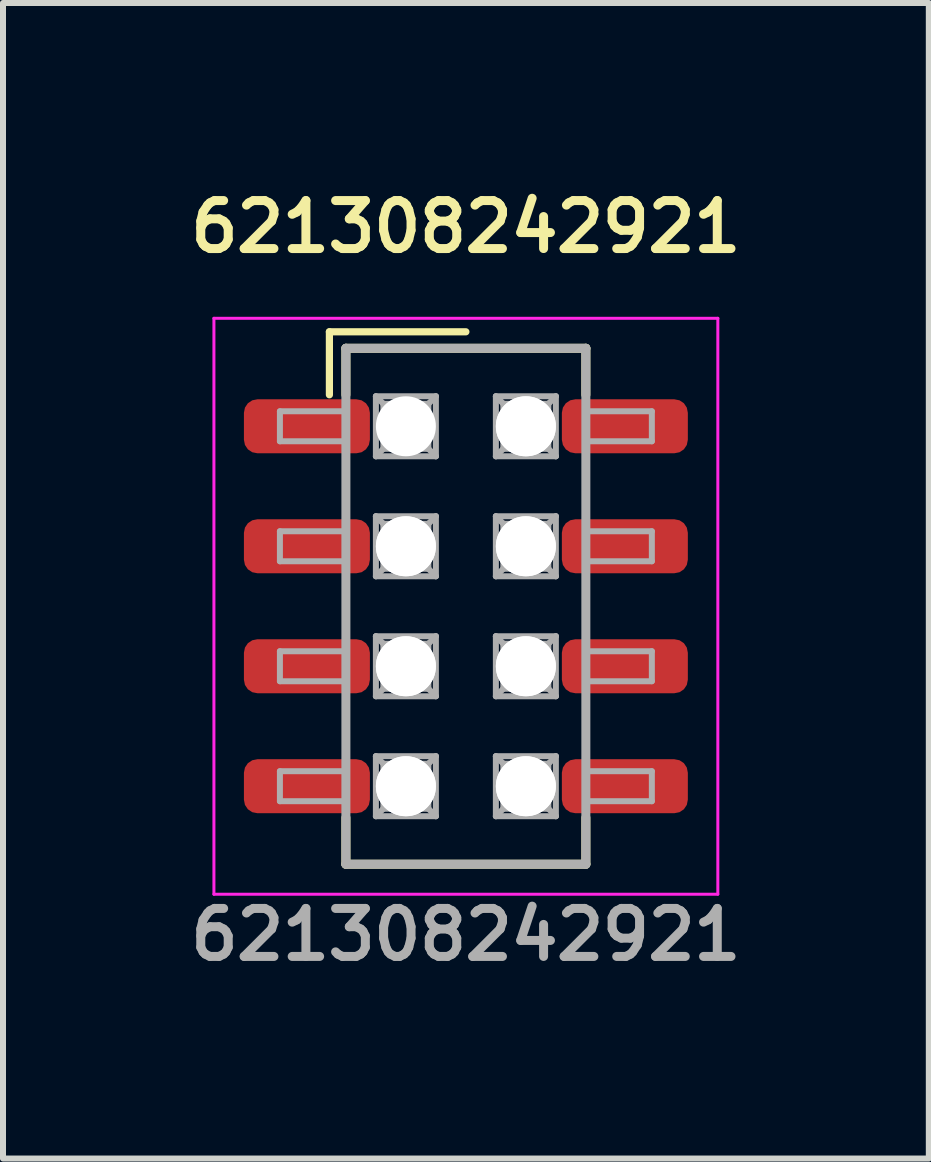
<source format=kicad_pcb>
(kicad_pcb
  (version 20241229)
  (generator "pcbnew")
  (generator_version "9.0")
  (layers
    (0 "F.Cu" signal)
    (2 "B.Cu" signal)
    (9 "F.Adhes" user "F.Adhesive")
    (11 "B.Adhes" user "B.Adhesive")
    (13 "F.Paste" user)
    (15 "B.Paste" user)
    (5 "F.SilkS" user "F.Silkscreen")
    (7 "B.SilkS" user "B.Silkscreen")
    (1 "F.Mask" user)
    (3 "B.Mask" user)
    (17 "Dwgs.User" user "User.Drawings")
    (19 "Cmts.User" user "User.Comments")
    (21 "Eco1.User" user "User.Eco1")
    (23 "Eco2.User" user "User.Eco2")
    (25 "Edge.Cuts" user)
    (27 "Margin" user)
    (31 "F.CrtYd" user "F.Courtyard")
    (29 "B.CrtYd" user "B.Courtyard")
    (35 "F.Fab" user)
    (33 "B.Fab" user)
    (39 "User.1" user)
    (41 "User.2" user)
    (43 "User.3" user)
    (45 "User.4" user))
  (footprint "621308242921"
    (layer "F.Cu")
    (at 4.716 7.056)
    (property "Reference" "621308242921" (at 0 -6.325 0) (unlocked yes) (layer "F.SilkS") (effects (font (size 0.8 0.8) (thickness 0.15))))
    (attr smd)
    (fp_line (start -2.275 -4.575) (end 0 -4.575) (stroke (width 0.12) (type solid)) (layer "F.SilkS"))
    (fp_line (start -2.275 -3.525) (end -2.275 -4.575) (stroke (width 0.12) (type solid)) (layer "F.SilkS"))
    (fp_line (start -2 -4.3) (end 2 -4.3) (stroke (width 0.15) (type solid)) (layer "F.SilkS"))
    (fp_line (start -2 -3.525) (end -2 -4.3) (stroke (width 0.15) (type solid)) (layer "F.SilkS"))
    (fp_line (start -2 3.525) (end -2 4.3) (stroke (width 0.15) (type solid)) (layer "F.SilkS"))
    (fp_line (start -2 4.3) (end 2 4.3) (stroke (width 0.15) (type solid)) (layer "F.SilkS"))
    (fp_line (start 2 -4.3) (end 2 -3.525) (stroke (width 0.15) (type solid)) (layer "F.SilkS"))
    (fp_line (start 2 4.3) (end 2 3.525) (stroke (width 0.15) (type solid)) (layer "F.SilkS"))
    (fp_line (start -4.2 -4.8) (end -4.2 4.8) (stroke (width 0.05) (type solid)) (layer "F.CrtYd"))
    (fp_line (start -4.2 -4.8) (end 4.2 -4.8) (stroke (width 0.05) (type solid)) (layer "F.CrtYd"))
    (fp_line (start -4.2 4.8) (end 4.2 4.8) (stroke (width 0.05) (type solid)) (layer "F.CrtYd"))
    (fp_line (start 4.2 4.8) (end 4.2 -4.8) (stroke (width 0.05) (type solid)) (layer "F.CrtYd"))
    (fp_line (start -3.1 -3.25) (end -3.1 -2.75) (stroke (width 0.1) (type solid)) (layer "F.Fab"))
    (fp_line (start -3.1 -2.75) (end -2 -2.75) (stroke (width 0.1) (type solid)) (layer "F.Fab"))
    (fp_line (start -3.1 -1.25) (end -3.1 -0.75) (stroke (width 0.1) (type solid)) (layer "F.Fab"))
    (fp_line (start -3.1 -0.75) (end -2 -0.75) (stroke (width 0.1) (type solid)) (layer "F.Fab"))
    (fp_line (start -3.1 0.75) (end -3.1 1.25) (stroke (width 0.1) (type solid)) (layer "F.Fab"))
    (fp_line (start -3.1 1.25) (end -2 1.25) (stroke (width 0.1) (type solid)) (layer "F.Fab"))
    (fp_line (start -3.1 2.75) (end -3.1 3.25) (stroke (width 0.1) (type solid)) (layer "F.Fab"))
    (fp_line (start -3.1 3.25) (end -2 3.25) (stroke (width 0.1) (type solid)) (layer "F.Fab"))
    (fp_line (start -2 -4.3) (end 2 -4.3) (stroke (width 0.15) (type solid)) (layer "F.Fab"))
    (fp_line (start -2 -3.25) (end -3.1 -3.25) (stroke (width 0.1) (type solid)) (layer "F.Fab"))
    (fp_line (start -2 -1.25) (end -3.1 -1.25) (stroke (width 0.1) (type solid)) (layer "F.Fab"))
    (fp_line (start -2 0.75) (end -3.1 0.75) (stroke (width 0.1) (type solid)) (layer "F.Fab"))
    (fp_line (start -2 2.75) (end -3.1 2.75) (stroke (width 0.1) (type solid)) (layer "F.Fab"))
    (fp_line (start -2 4.3) (end -2 -4.3) (stroke (width 0.15) (type solid)) (layer "F.Fab"))
    (fp_line (start -1.5 -3.5) (end -0.5 -3.5) (stroke (width 0.1) (type solid)) (layer "F.Fab"))
    (fp_line (start -1.5 -2.5) (end -1.5 -3.5) (stroke (width 0.1) (type solid)) (layer "F.Fab"))
    (fp_line (start -1.5 -1.5) (end -0.5 -1.5) (stroke (width 0.1) (type solid)) (layer "F.Fab"))
    (fp_line (start -1.5 -0.5) (end -1.5 -1.5) (stroke (width 0.1) (type solid)) (layer "F.Fab"))
    (fp_line (start -1.5 0.5) (end -0.5 0.5) (stroke (width 0.1) (type solid)) (layer "F.Fab"))
    (fp_line (start -1.5 1.5) (end -1.5 0.5) (stroke (width 0.1) (type solid)) (layer "F.Fab"))
    (fp_line (start -1.5 2.5) (end -0.5 2.5) (stroke (width 0.1) (type solid)) (layer "F.Fab"))
    (fp_line (start -1.5 3.5) (end -1.5 2.5) (stroke (width 0.1) (type solid)) (layer "F.Fab"))
    (fp_line (start -1.375 -3.375) (end -1.5 -3.5) (stroke (width 0.1) (type solid)) (layer "F.Fab"))
    (fp_line (start -1.375 -3.375) (end -0.625 -3.375) (stroke (width 0.1) (type solid)) (layer "F.Fab"))
    (fp_line (start -1.375 -2.625) (end -1.5 -2.5) (stroke (width 0.1) (type solid)) (layer "F.Fab"))
    (fp_line (start -1.375 -2.625) (end -1.375 -3.375) (stroke (width 0.1) (type solid)) (layer "F.Fab"))
    (fp_line (start -1.375 -1.375) (end -1.5 -1.5) (stroke (width 0.1) (type solid)) (layer "F.Fab"))
    (fp_line (start -1.375 -1.375) (end -0.625 -1.375) (stroke (width 0.1) (type solid)) (layer "F.Fab"))
    (fp_line (start -1.375 -0.625) (end -1.5 -0.5) (stroke (width 0.1) (type solid)) (layer "F.Fab"))
    (fp_line (start -1.375 -0.625) (end -1.375 -1.375) (stroke (width 0.1) (type solid)) (layer "F.Fab"))
    (fp_line (start -1.375 0.625) (end -1.5 0.5) (stroke (width 0.1) (type solid)) (layer "F.Fab"))
    (fp_line (start -1.375 0.625) (end -0.625 0.625) (stroke (width 0.1) (type solid)) (layer "F.Fab"))
    (fp_line (start -1.375 1.375) (end -1.5 1.5) (stroke (width 0.1) (type solid)) (layer "F.Fab"))
    (fp_line (start -1.375 1.375) (end -1.375 0.625) (stroke (width 0.1) (type solid)) (layer "F.Fab"))
    (fp_line (start -1.375 2.625) (end -1.5 2.5) (stroke (width 0.1) (type solid)) (layer "F.Fab"))
    (fp_line (start -1.375 2.625) (end -0.625 2.625) (stroke (width 0.1) (type solid)) (layer "F.Fab"))
    (fp_line (start -1.375 3.375) (end -1.5 3.5) (stroke (width 0.1) (type solid)) (layer "F.Fab"))
    (fp_line (start -1.375 3.375) (end -1.375 2.625) (stroke (width 0.1) (type solid)) (layer "F.Fab"))
    (fp_line (start -0.625 -3.375) (end -0.625 -2.625) (stroke (width 0.1) (type solid)) (layer "F.Fab"))
    (fp_line (start -0.625 -3.375) (end -0.5 -3.5) (stroke (width 0.1) (type solid)) (layer "F.Fab"))
    (fp_line (start -0.625 -2.625) (end -1.375 -2.625) (stroke (width 0.1) (type solid)) (layer "F.Fab"))
    (fp_line (start -0.625 -2.625) (end -0.5 -2.5) (stroke (width 0.1) (type solid)) (layer "F.Fab"))
    (fp_line (start -0.625 -1.375) (end -0.625 -0.625) (stroke (width 0.1) (type solid)) (layer "F.Fab"))
    (fp_line (start -0.625 -1.375) (end -0.5 -1.5) (stroke (width 0.1) (type solid)) (layer "F.Fab"))
    (fp_line (start -0.625 -0.625) (end -1.375 -0.625) (stroke (width 0.1) (type solid)) (layer "F.Fab"))
    (fp_line (start -0.625 -0.625) (end -0.5 -0.5) (stroke (width 0.1) (type solid)) (layer "F.Fab"))
    (fp_line (start -0.625 0.625) (end -0.625 1.375) (stroke (width 0.1) (type solid)) (layer "F.Fab"))
    (fp_line (start -0.625 0.625) (end -0.5 0.5) (stroke (width 0.1) (type solid)) (layer "F.Fab"))
    (fp_line (start -0.625 1.375) (end -1.375 1.375) (stroke (width 0.1) (type solid)) (layer "F.Fab"))
    (fp_line (start -0.625 1.375) (end -0.5 1.5) (stroke (width 0.1) (type solid)) (layer "F.Fab"))
    (fp_line (start -0.625 2.625) (end -0.625 3.375) (stroke (width 0.1) (type solid)) (layer "F.Fab"))
    (fp_line (start -0.625 2.625) (end -0.5 2.5) (stroke (width 0.1) (type solid)) (layer "F.Fab"))
    (fp_line (start -0.625 3.375) (end -1.375 3.375) (stroke (width 0.1) (type solid)) (layer "F.Fab"))
    (fp_line (start -0.625 3.375) (end -0.5 3.5) (stroke (width 0.1) (type solid)) (layer "F.Fab"))
    (fp_line (start -0.5 -3.5) (end -0.5 -2.5) (stroke (width 0.1) (type solid)) (layer "F.Fab"))
    (fp_line (start -0.5 -2.5) (end -1.5 -2.5) (stroke (width 0.1) (type solid)) (layer "F.Fab"))
    (fp_line (start -0.5 -1.5) (end -0.5 -0.5) (stroke (width 0.1) (type solid)) (layer "F.Fab"))
    (fp_line (start -0.5 -0.5) (end -1.5 -0.5) (stroke (width 0.1) (type solid)) (layer "F.Fab"))
    (fp_line (start -0.5 0.5) (end -0.5 1.5) (stroke (width 0.1) (type solid)) (layer "F.Fab"))
    (fp_line (start -0.5 1.5) (end -1.5 1.5) (stroke (width 0.1) (type solid)) (layer "F.Fab"))
    (fp_line (start -0.5 2.5) (end -0.5 3.5) (stroke (width 0.1) (type solid)) (layer "F.Fab"))
    (fp_line (start -0.5 3.5) (end -1.5 3.5) (stroke (width 0.1) (type solid)) (layer "F.Fab"))
    (fp_line (start 0.5 -3.5) (end 1.5 -3.5) (stroke (width 0.1) (type solid)) (layer "F.Fab"))
    (fp_line (start 0.5 -2.5) (end 0.5 -3.5) (stroke (width 0.1) (type solid)) (layer "F.Fab"))
    (fp_line (start 0.5 -1.5) (end 1.5 -1.5) (stroke (width 0.1) (type solid)) (layer "F.Fab"))
    (fp_line (start 0.5 -0.5) (end 0.5 -1.5) (stroke (width 0.1) (type solid)) (layer "F.Fab"))
    (fp_line (start 0.5 0.5) (end 1.5 0.5) (stroke (width 0.1) (type solid)) (layer "F.Fab"))
    (fp_line (start 0.5 1.5) (end 0.5 0.5) (stroke (width 0.1) (type solid)) (layer "F.Fab"))
    (fp_line (start 0.5 2.5) (end 1.5 2.5) (stroke (width 0.1) (type solid)) (layer "F.Fab"))
    (fp_line (start 0.5 3.5) (end 0.5 2.5) (stroke (width 0.1) (type solid)) (layer "F.Fab"))
    (fp_line (start 0.625 -3.375) (end 0.5 -3.5) (stroke (width 0.1) (type solid)) (layer "F.Fab"))
    (fp_line (start 0.625 -3.375) (end 1.375 -3.375) (stroke (width 0.1) (type solid)) (layer "F.Fab"))
    (fp_line (start 0.625 -2.625) (end 0.5 -2.5) (stroke (width 0.1) (type solid)) (layer "F.Fab"))
    (fp_line (start 0.625 -2.625) (end 0.625 -3.375) (stroke (width 0.1) (type solid)) (layer "F.Fab"))
    (fp_line (start 0.625 -1.375) (end 0.5 -1.5) (stroke (width 0.1) (type solid)) (layer "F.Fab"))
    (fp_line (start 0.625 -1.375) (end 1.375 -1.375) (stroke (width 0.1) (type solid)) (layer "F.Fab"))
    (fp_line (start 0.625 -0.625) (end 0.5 -0.5) (stroke (width 0.1) (type solid)) (layer "F.Fab"))
    (fp_line (start 0.625 -0.625) (end 0.625 -1.375) (stroke (width 0.1) (type solid)) (layer "F.Fab"))
    (fp_line (start 0.625 0.625) (end 0.5 0.5) (stroke (width 0.1) (type solid)) (layer "F.Fab"))
    (fp_line (start 0.625 0.625) (end 1.375 0.625) (stroke (width 0.1) (type solid)) (layer "F.Fab"))
    (fp_line (start 0.625 1.375) (end 0.5 1.5) (stroke (width 0.1) (type solid)) (layer "F.Fab"))
    (fp_line (start 0.625 1.375) (end 0.625 0.625) (stroke (width 0.1) (type solid)) (layer "F.Fab"))
    (fp_line (start 0.625 2.625) (end 0.5 2.5) (stroke (width 0.1) (type solid)) (layer "F.Fab"))
    (fp_line (start 0.625 2.625) (end 1.375 2.625) (stroke (width 0.1) (type solid)) (layer "F.Fab"))
    (fp_line (start 0.625 3.375) (end 0.5 3.5) (stroke (width 0.1) (type solid)) (layer "F.Fab"))
    (fp_line (start 0.625 3.375) (end 0.625 2.625) (stroke (width 0.1) (type solid)) (layer "F.Fab"))
    (fp_line (start 1.375 -3.375) (end 1.375 -2.625) (stroke (width 0.1) (type solid)) (layer "F.Fab"))
    (fp_line (start 1.375 -3.375) (end 1.5 -3.5) (stroke (width 0.1) (type solid)) (layer "F.Fab"))
    (fp_line (start 1.375 -2.625) (end 0.625 -2.625) (stroke (width 0.1) (type solid)) (layer "F.Fab"))
    (fp_line (start 1.375 -2.625) (end 1.5 -2.5) (stroke (width 0.1) (type solid)) (layer "F.Fab"))
    (fp_line (start 1.375 -1.375) (end 1.375 -0.625) (stroke (width 0.1) (type solid)) (layer "F.Fab"))
    (fp_line (start 1.375 -1.375) (end 1.5 -1.5) (stroke (width 0.1) (type solid)) (layer "F.Fab"))
    (fp_line (start 1.375 -0.625) (end 0.625 -0.625) (stroke (width 0.1) (type solid)) (layer "F.Fab"))
    (fp_line (start 1.375 -0.625) (end 1.5 -0.5) (stroke (width 0.1) (type solid)) (layer "F.Fab"))
    (fp_line (start 1.375 0.625) (end 1.375 1.375) (stroke (width 0.1) (type solid)) (layer "F.Fab"))
    (fp_line (start 1.375 0.625) (end 1.5 0.5) (stroke (width 0.1) (type solid)) (layer "F.Fab"))
    (fp_line (start 1.375 1.375) (end 0.625 1.375) (stroke (width 0.1) (type solid)) (layer "F.Fab"))
    (fp_line (start 1.375 1.375) (end 1.5 1.5) (stroke (width 0.1) (type solid)) (layer "F.Fab"))
    (fp_line (start 1.375 2.625) (end 1.375 3.375) (stroke (width 0.1) (type solid)) (layer "F.Fab"))
    (fp_line (start 1.375 2.625) (end 1.5 2.5) (stroke (width 0.1) (type solid)) (layer "F.Fab"))
    (fp_line (start 1.375 3.375) (end 0.625 3.375) (stroke (width 0.1) (type solid)) (layer "F.Fab"))
    (fp_line (start 1.375 3.375) (end 1.5 3.5) (stroke (width 0.1) (type solid)) (layer "F.Fab"))
    (fp_line (start 1.5 -3.5) (end 1.5 -2.5) (stroke (width 0.1) (type solid)) (layer "F.Fab"))
    (fp_line (start 1.5 -2.5) (end 0.5 -2.5) (stroke (width 0.1) (type solid)) (layer "F.Fab"))
    (fp_line (start 1.5 -1.5) (end 1.5 -0.5) (stroke (width 0.1) (type solid)) (layer "F.Fab"))
    (fp_line (start 1.5 -0.5) (end 0.5 -0.5) (stroke (width 0.1) (type solid)) (layer "F.Fab"))
    (fp_line (start 1.5 0.5) (end 1.5 1.5) (stroke (width 0.1) (type solid)) (layer "F.Fab"))
    (fp_line (start 1.5 1.5) (end 0.5 1.5) (stroke (width 0.1) (type solid)) (layer "F.Fab"))
    (fp_line (start 1.5 2.5) (end 1.5 3.5) (stroke (width 0.1) (type solid)) (layer "F.Fab"))
    (fp_line (start 1.5 3.5) (end 0.5 3.5) (stroke (width 0.1) (type solid)) (layer "F.Fab"))
    (fp_line (start 2 -4.3) (end 2 4.3) (stroke (width 0.15) (type solid)) (layer "F.Fab"))
    (fp_line (start 2 -2.75) (end 3.1 -2.75) (stroke (width 0.1) (type solid)) (layer "F.Fab"))
    (fp_line (start 2 -0.75) (end 3.1 -0.75) (stroke (width 0.1) (type solid)) (layer "F.Fab"))
    (fp_line (start 2 1.25) (end 3.1 1.25) (stroke (width 0.1) (type solid)) (layer "F.Fab"))
    (fp_line (start 2 3.25) (end 3.1 3.25) (stroke (width 0.1) (type solid)) (layer "F.Fab"))
    (fp_line (start 2 4.3) (end -2 4.3) (stroke (width 0.15) (type solid)) (layer "F.Fab"))
    (fp_line (start 3.1 -3.25) (end 2 -3.25) (stroke (width 0.1) (type solid)) (layer "F.Fab"))
    (fp_line (start 3.1 -2.75) (end 3.1 -3.25) (stroke (width 0.1) (type solid)) (layer "F.Fab"))
    (fp_line (start 3.1 -1.25) (end 2 -1.25) (stroke (width 0.1) (type solid)) (layer "F.Fab"))
    (fp_line (start 3.1 -0.75) (end 3.1 -1.25) (stroke (width 0.1) (type solid)) (layer "F.Fab"))
    (fp_line (start 3.1 0.75) (end 2 0.75) (stroke (width 0.1) (type solid)) (layer "F.Fab"))
    (fp_line (start 3.1 1.25) (end 3.1 0.75) (stroke (width 0.1) (type solid)) (layer "F.Fab"))
    (fp_line (start 3.1 2.75) (end 2 2.75) (stroke (width 0.1) (type solid)) (layer "F.Fab"))
    (fp_line (start 3.1 3.25) (end 3.1 2.75) (stroke (width 0.1) (type solid)) (layer "F.Fab"))
    (fp_text user "${REFERENCE}" (at 0 5.475 0) (unlocked yes) (layer "F.Fab") (effects (font (size 0.8 0.8) (thickness 0.15))))
    (pad "" np_thru_hole circle (at -1 -3 180) (size 1 1) (drill 1) (layers "*.Cu" "*.Mask"))
    (pad "" np_thru_hole circle (at -1 -1 180) (size 1 1) (drill 1) (layers "*.Cu" "*.Mask"))
    (pad "" np_thru_hole circle (at -1 -1 180) (size 1 1) (drill 1) (layers "*.Cu" "*.Mask"))
    (pad "" np_thru_hole circle (at -1 1 180) (size 1 1) (drill 1) (layers "*.Cu" "*.Mask"))
    (pad "" np_thru_hole circle (at -1 1 180) (size 1 1) (drill 1) (layers "*.Cu" "*.Mask"))
    (pad "" np_thru_hole circle (at -1 3 180) (size 1 1) (drill 1) (layers "*.Cu" "*.Mask"))
    (pad "" np_thru_hole circle (at -1 3 180) (size 1 1) (drill 1) (layers "*.Cu" "*.Mask"))
    (pad "" np_thru_hole circle (at 1 -3 180) (size 1 1) (drill 1) (layers "*.Cu" "*.Mask"))
    (pad "" np_thru_hole circle (at 1 -3 180) (size 1 1) (drill 1) (layers "*.Cu" "*.Mask"))
    (pad "" np_thru_hole circle (at 1 -1 180) (size 1 1) (drill 1) (layers "*.Cu" "*.Mask"))
    (pad "" np_thru_hole circle (at 1 -1 180) (size 1 1) (drill 1) (layers "*.Cu" "*.Mask"))
    (pad "" np_thru_hole circle (at 1 1 180) (size 1 1) (drill 1) (layers "*.Cu" "*.Mask"))
    (pad "" np_thru_hole circle (at 1 1 180) (size 1 1) (drill 1) (layers "*.Cu" "*.Mask"))
    (pad "" np_thru_hole circle (at 1 3 180) (size 1 1) (drill 1) (layers "*.Cu" "*.Mask"))
    (pad "" np_thru_hole circle (at 1 3 180) (size 1 1) (drill 1) (layers "*.Cu" "*.Mask"))
    (pad "1" smd roundrect (at -2.65 -3 90) (size 0.9 2.1) (layers "F.Cu" "F.Mask" "F.Paste") (roundrect_rratio 0.25))
    (pad "2" smd roundrect (at 2.65 -3 90) (size 0.9 2.1) (layers "F.Cu" "F.Mask" "F.Paste") (roundrect_rratio 0.25))
    (pad "3" smd roundrect (at -2.65 -1 90) (size 0.9 2.1) (layers "F.Cu" "F.Mask" "F.Paste") (roundrect_rratio 0.25))
    (pad "4" smd roundrect (at 2.65 -1 90) (size 0.9 2.1) (layers "F.Cu" "F.Mask" "F.Paste") (roundrect_rratio 0.25))
    (pad "5" smd roundrect (at -2.65 1 90) (size 0.9 2.1) (layers "F.Cu" "F.Mask" "F.Paste") (roundrect_rratio 0.25))
    (pad "6" smd roundrect (at 2.65 1 90) (size 0.9 2.1) (layers "F.Cu" "F.Mask" "F.Paste") (roundrect_rratio 0.25))
    (pad "7" smd roundrect (at -2.65 3 90) (size 0.9 2.1) (layers "F.Cu" "F.Mask" "F.Paste") (roundrect_rratio 0.25))
    (pad "8" smd roundrect (at 2.65 3 90) (size 0.9 2.1) (layers "F.Cu" "F.Mask" "F.Paste") (roundrect_rratio 0.25)))
  (gr_rect
    (start -3 -3)
    (end 12.433 16.262)
    (stroke (width 0.1) (type default))
    (fill no)
    (layer "Edge.Cuts")))
</source>
